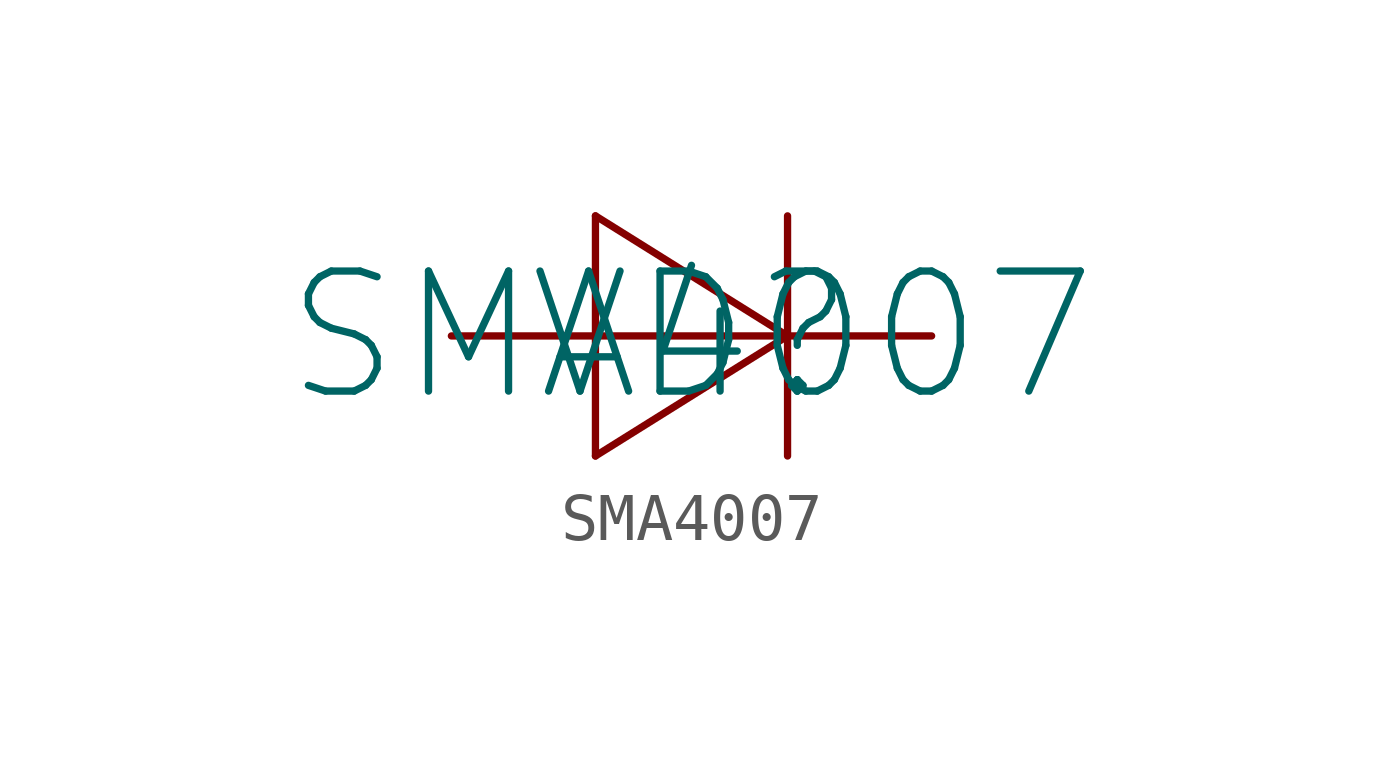
<source format=kicad_sym>
(kicad_symbol_lib
  (version 20220914)
  (generator kicad_symbol_editor)
  (symbol "SMA4007"
    (pin_numbers hide)
    (pin_names hide)
    (property "Reference" "VD"
      (at 0 0 0)
      (effects (font (size 2.5 2.5))))
    (property "Value" "SMA4007"
      (at 0 0 0)
      (effects (font (size 2.5 2.5))))
    (symbol "SMA4007_0_1"
      (polyline (pts (xy -2 -2.5) (xy -2 2.5)) (stroke (width 0) (type default)) (fill (type none)))
      (polyline (pts (xy -2 -2.5) (xy 2 0)) (stroke (width 0) (type default)) (fill (type none)))
      (polyline (pts (xy -2 0) (xy 2 0)) (stroke (width 0) (type default)) (fill (type none)))
      (polyline (pts (xy -2 2.5) (xy 2 0)) (stroke (width 0) (type default)) (fill (type none)))
      (polyline (pts (xy 2 -2.5) (xy 2 2.5)) (stroke (width 0) (type default)) (fill (type none))))
    (symbol "SMA4007_1_1"
      (pin input line (at 5 0 180) (length 3) (name "К" (effects (font (size 1.27 1.27)))) (number "1" (effects (font (size 1.27 1.27)))))
      (pin input line (at -5 0 0) (length 3) (name "А" (effects (font (size 1.27 1.27)))) (number "2" (effects (font (size 1.27 1.27))))))))
</source>
